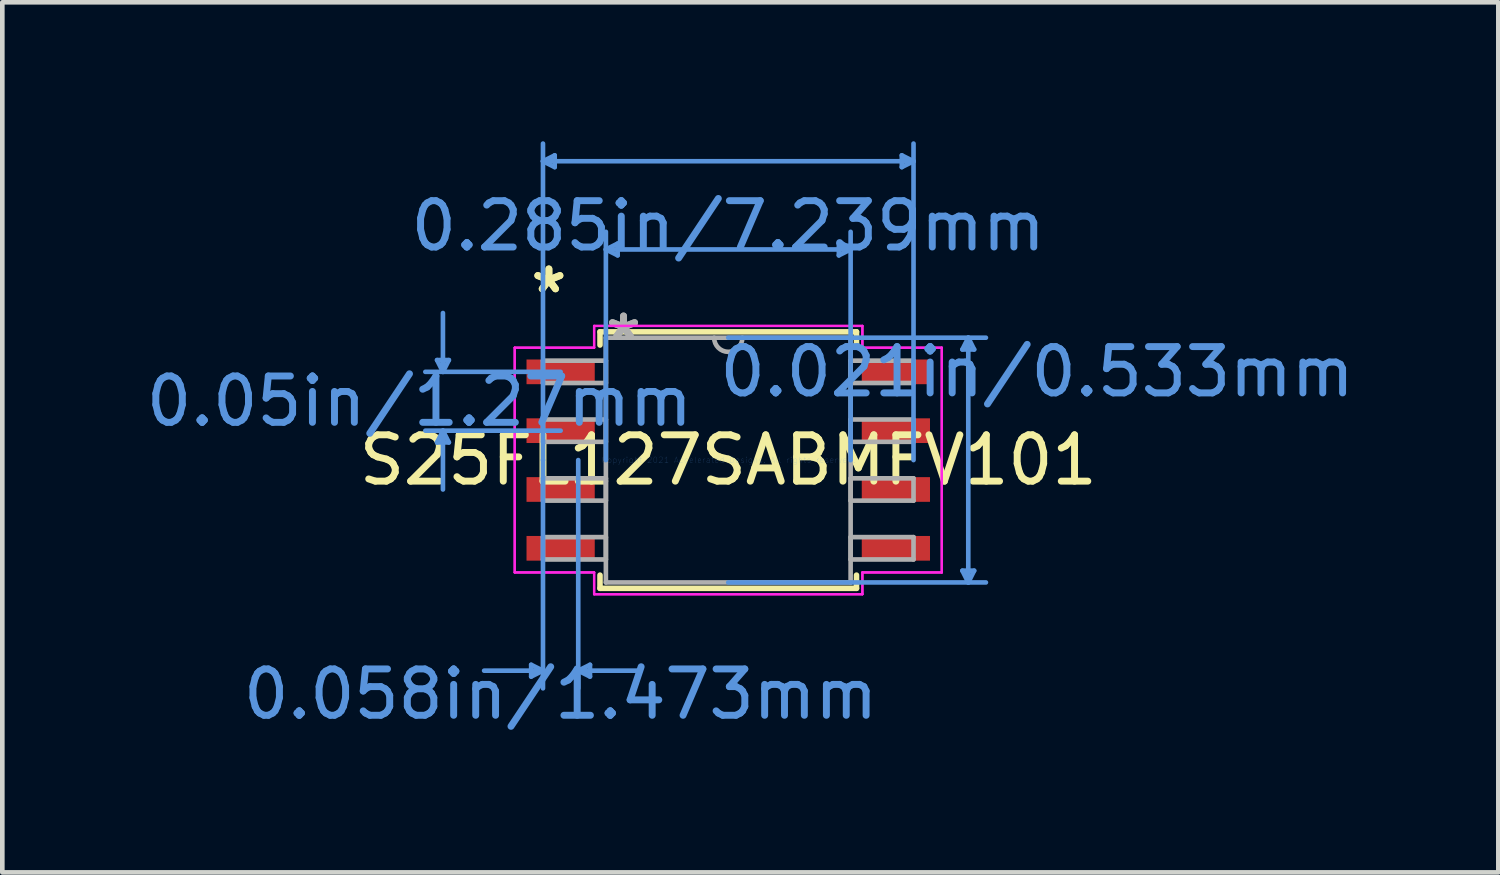
<source format=kicad_pcb>
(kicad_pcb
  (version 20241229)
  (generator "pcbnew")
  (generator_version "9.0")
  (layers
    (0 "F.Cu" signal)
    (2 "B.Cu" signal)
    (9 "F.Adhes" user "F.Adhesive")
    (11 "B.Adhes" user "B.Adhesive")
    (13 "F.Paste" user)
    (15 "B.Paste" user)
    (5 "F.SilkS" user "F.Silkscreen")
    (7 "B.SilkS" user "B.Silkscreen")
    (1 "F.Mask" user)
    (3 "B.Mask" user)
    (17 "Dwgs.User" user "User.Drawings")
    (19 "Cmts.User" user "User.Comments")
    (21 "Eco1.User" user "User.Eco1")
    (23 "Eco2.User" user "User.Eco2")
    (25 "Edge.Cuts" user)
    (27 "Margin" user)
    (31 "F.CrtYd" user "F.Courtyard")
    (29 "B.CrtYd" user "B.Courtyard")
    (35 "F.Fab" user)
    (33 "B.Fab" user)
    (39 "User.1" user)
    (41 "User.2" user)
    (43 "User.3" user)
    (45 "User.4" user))
  (footprint "S25FL127SABMFV101"
    (layer "F.Cu")
    (at 12.673 6.883)
    (property "Reference" "S25FL127SABMFV101" (at 0 0 0) (layer "F.SilkS") (effects (font (size 1 1) (thickness 0.15))))
    (attr through_hole)
    (fp_line (start -2.769 -2.769) (end -2.769 -2.484) (stroke (width 0.12) (type solid)) (layer "F.SilkS"))
    (fp_line (start -2.769 2.484) (end -2.769 2.769) (stroke (width 0.12) (type solid)) (layer "F.SilkS"))
    (fp_line (start -2.769 2.769) (end 2.769 2.769) (stroke (width 0.12) (type solid)) (layer "F.SilkS"))
    (fp_line (start 2.769 -2.769) (end -2.769 -2.769) (stroke (width 0.12) (type solid)) (layer "F.SilkS"))
    (fp_line (start 2.769 -2.484) (end 2.769 -2.769) (stroke (width 0.12) (type solid)) (layer "F.SilkS"))
    (fp_line (start 2.769 2.769) (end 2.769 2.484) (stroke (width 0.12) (type solid)) (layer "F.SilkS"))
    (fp_line (start -6.287 -2.159) (end -6.032 -2.159) (stroke (width 0.1) (type solid)) (layer "Cmts.User"))
    (fp_line (start -6.287 -0.381) (end -6.032 -0.381) (stroke (width 0.1) (type solid)) (layer "Cmts.User"))
    (fp_line (start -6.16 -1.905) (end -6.287 -2.159) (stroke (width 0.1) (type solid)) (layer "Cmts.User"))
    (fp_line (start -6.16 -1.905) (end -6.16 -3.175) (stroke (width 0.1) (type solid)) (layer "Cmts.User"))
    (fp_line (start -6.16 -1.905) (end -6.032 -2.159) (stroke (width 0.1) (type solid)) (layer "Cmts.User"))
    (fp_line (start -6.16 -0.635) (end -6.287 -0.381) (stroke (width 0.1) (type solid)) (layer "Cmts.User"))
    (fp_line (start -6.16 -0.635) (end -6.16 0.635) (stroke (width 0.1) (type solid)) (layer "Cmts.User"))
    (fp_line (start -6.16 -0.635) (end -6.032 -0.381) (stroke (width 0.1) (type solid)) (layer "Cmts.User"))
    (fp_line (start -4.255 4.42) (end -4.255 4.674) (stroke (width 0.1) (type solid)) (layer "Cmts.User"))
    (fp_line (start -4 -6.452) (end -3.747 -6.579) (stroke (width 0.1) (type solid)) (layer "Cmts.User"))
    (fp_line (start -4 -6.452) (end -3.747 -6.325) (stroke (width 0.1) (type solid)) (layer "Cmts.User"))
    (fp_line (start -4 -6.452) (end 4 -6.452) (stroke (width 0.1) (type solid)) (layer "Cmts.User"))
    (fp_line (start -4 0) (end -4 -6.833) (stroke (width 0.1) (type solid)) (layer "Cmts.User"))
    (fp_line (start -4 0) (end -4 4.928) (stroke (width 0.1) (type solid)) (layer "Cmts.User"))
    (fp_line (start -4 4.547) (end -5.271 4.547) (stroke (width 0.1) (type solid)) (layer "Cmts.User"))
    (fp_line (start -4 4.547) (end -4.255 4.42) (stroke (width 0.1) (type solid)) (layer "Cmts.User"))
    (fp_line (start -4 4.547) (end -4.255 4.674) (stroke (width 0.1) (type solid)) (layer "Cmts.User"))
    (fp_line (start -3.747 -6.579) (end -3.747 -6.325) (stroke (width 0.1) (type solid)) (layer "Cmts.User"))
    (fp_line (start -3.619 -1.905) (end -6.54 -1.905) (stroke (width 0.1) (type solid)) (layer "Cmts.User"))
    (fp_line (start -3.619 -0.635) (end -6.54 -0.635) (stroke (width 0.1) (type solid)) (layer "Cmts.User"))
    (fp_line (start -3.239 0) (end -3.239 4.928) (stroke (width 0.1) (type solid)) (layer "Cmts.User"))
    (fp_line (start -3.239 4.547) (end -2.985 4.42) (stroke (width 0.1) (type solid)) (layer "Cmts.User"))
    (fp_line (start -3.239 4.547) (end -2.985 4.674) (stroke (width 0.1) (type solid)) (layer "Cmts.User"))
    (fp_line (start -3.239 4.547) (end -1.968 4.547) (stroke (width 0.1) (type solid)) (layer "Cmts.User"))
    (fp_line (start -2.985 4.42) (end -2.985 4.674) (stroke (width 0.1) (type solid)) (layer "Cmts.User"))
    (fp_line (start -2.642 -4.547) (end -2.388 -4.674) (stroke (width 0.1) (type solid)) (layer "Cmts.User"))
    (fp_line (start -2.642 -4.547) (end -2.388 -4.42) (stroke (width 0.1) (type solid)) (layer "Cmts.User"))
    (fp_line (start -2.642 -4.547) (end 2.642 -4.547) (stroke (width 0.1) (type solid)) (layer "Cmts.User"))
    (fp_line (start -2.642 0) (end -2.642 -4.928) (stroke (width 0.1) (type solid)) (layer "Cmts.User"))
    (fp_line (start -2.388 -4.674) (end -2.388 -4.42) (stroke (width 0.1) (type solid)) (layer "Cmts.User"))
    (fp_line (start 0 -2.642) (end 5.563 -2.642) (stroke (width 0.1) (type solid)) (layer "Cmts.User"))
    (fp_line (start 0 2.642) (end 5.563 2.642) (stroke (width 0.1) (type solid)) (layer "Cmts.User"))
    (fp_line (start 2.388 -4.674) (end 2.388 -4.42) (stroke (width 0.1) (type solid)) (layer "Cmts.User"))
    (fp_line (start 2.642 -4.547) (end 2.388 -4.674) (stroke (width 0.1) (type solid)) (layer "Cmts.User"))
    (fp_line (start 2.642 -4.547) (end 2.388 -4.42) (stroke (width 0.1) (type solid)) (layer "Cmts.User"))
    (fp_line (start 2.642 0) (end 2.642 -4.928) (stroke (width 0.1) (type solid)) (layer "Cmts.User"))
    (fp_line (start 3.747 -6.579) (end 3.747 -6.325) (stroke (width 0.1) (type solid)) (layer "Cmts.User"))
    (fp_line (start 4 -6.452) (end 3.747 -6.579) (stroke (width 0.1) (type solid)) (layer "Cmts.User"))
    (fp_line (start 4 -6.452) (end 3.747 -6.325) (stroke (width 0.1) (type solid)) (layer "Cmts.User"))
    (fp_line (start 4 0) (end 4 -6.833) (stroke (width 0.1) (type solid)) (layer "Cmts.User"))
    (fp_line (start 5.055 -2.388) (end 5.309 -2.388) (stroke (width 0.1) (type solid)) (layer "Cmts.User"))
    (fp_line (start 5.055 2.388) (end 5.309 2.388) (stroke (width 0.1) (type solid)) (layer "Cmts.User"))
    (fp_line (start 5.182 -2.642) (end 5.055 -2.388) (stroke (width 0.1) (type solid)) (layer "Cmts.User"))
    (fp_line (start 5.182 -2.642) (end 5.182 2.642) (stroke (width 0.1) (type solid)) (layer "Cmts.User"))
    (fp_line (start 5.182 -2.642) (end 5.309 -2.388) (stroke (width 0.1) (type solid)) (layer "Cmts.User"))
    (fp_line (start 5.182 2.642) (end 5.055 2.388) (stroke (width 0.1) (type solid)) (layer "Cmts.User"))
    (fp_line (start 5.182 2.642) (end 5.309 2.388) (stroke (width 0.1) (type solid)) (layer "Cmts.User"))
    (fp_line (start -4.61 -2.426) (end -2.896 -2.426) (stroke (width 0.05) (type solid)) (layer "F.CrtYd"))
    (fp_line (start -4.61 -2.426) (end -2.896 -2.426) (stroke (width 0.05) (type solid)) (layer "F.CrtYd"))
    (fp_line (start -4.61 2.426) (end -4.61 -2.426) (stroke (width 0.05) (type solid)) (layer "F.CrtYd"))
    (fp_line (start -4.61 2.426) (end -4.61 -2.426) (stroke (width 0.05) (type solid)) (layer "F.CrtYd"))
    (fp_line (start -4.61 2.426) (end -2.896 2.426) (stroke (width 0.05) (type solid)) (layer "F.CrtYd"))
    (fp_line (start -2.896 -2.896) (end 2.896 -2.896) (stroke (width 0.05) (type solid)) (layer "F.CrtYd"))
    (fp_line (start -2.896 -2.896) (end 2.896 -2.896) (stroke (width 0.05) (type solid)) (layer "F.CrtYd"))
    (fp_line (start -2.896 -2.426) (end -2.896 -2.896) (stroke (width 0.05) (type solid)) (layer "F.CrtYd"))
    (fp_line (start -2.896 -2.426) (end -2.896 -2.896) (stroke (width 0.05) (type solid)) (layer "F.CrtYd"))
    (fp_line (start -2.896 2.426) (end -4.61 2.426) (stroke (width 0.05) (type solid)) (layer "F.CrtYd"))
    (fp_line (start -2.896 2.896) (end -2.896 2.426) (stroke (width 0.05) (type solid)) (layer "F.CrtYd"))
    (fp_line (start -2.896 2.896) (end -2.896 2.426) (stroke (width 0.05) (type solid)) (layer "F.CrtYd"))
    (fp_line (start 2.896 -2.896) (end 2.896 -2.426) (stroke (width 0.05) (type solid)) (layer "F.CrtYd"))
    (fp_line (start 2.896 -2.896) (end 2.896 -2.426) (stroke (width 0.05) (type solid)) (layer "F.CrtYd"))
    (fp_line (start 2.896 -2.426) (end 4.61 -2.426) (stroke (width 0.05) (type solid)) (layer "F.CrtYd"))
    (fp_line (start 2.896 2.426) (end 2.896 2.896) (stroke (width 0.05) (type solid)) (layer "F.CrtYd"))
    (fp_line (start 2.896 2.426) (end 2.896 2.896) (stroke (width 0.05) (type solid)) (layer "F.CrtYd"))
    (fp_line (start 2.896 2.896) (end -2.896 2.896) (stroke (width 0.05) (type solid)) (layer "F.CrtYd"))
    (fp_line (start 2.896 2.896) (end -2.896 2.896) (stroke (width 0.05) (type solid)) (layer "F.CrtYd"))
    (fp_line (start 4.61 -2.426) (end 2.896 -2.426) (stroke (width 0.05) (type solid)) (layer "F.CrtYd"))
    (fp_line (start 4.61 -2.426) (end 4.61 2.426) (stroke (width 0.05) (type solid)) (layer "F.CrtYd"))
    (fp_line (start 4.61 -2.426) (end 4.61 2.426) (stroke (width 0.05) (type solid)) (layer "F.CrtYd"))
    (fp_line (start 4.61 2.426) (end 2.896 2.426) (stroke (width 0.05) (type solid)) (layer "F.CrtYd"))
    (fp_line (start 4.61 2.426) (end 2.896 2.426) (stroke (width 0.05) (type solid)) (layer "F.CrtYd"))
    (fp_line (start -4 -2.146) (end -4 -1.664) (stroke (width 0.1) (type solid)) (layer "F.Fab"))
    (fp_line (start -4 -1.664) (end -2.642 -1.664) (stroke (width 0.1) (type solid)) (layer "F.Fab"))
    (fp_line (start -4 -0.876) (end -4 -0.394) (stroke (width 0.1) (type solid)) (layer "F.Fab"))
    (fp_line (start -4 -0.394) (end -2.642 -0.394) (stroke (width 0.1) (type solid)) (layer "F.Fab"))
    (fp_line (start -4 0.394) (end -4 0.876) (stroke (width 0.1) (type solid)) (layer "F.Fab"))
    (fp_line (start -4 0.876) (end -2.642 0.876) (stroke (width 0.1) (type solid)) (layer "F.Fab"))
    (fp_line (start -4 1.664) (end -4 2.146) (stroke (width 0.1) (type solid)) (layer "F.Fab"))
    (fp_line (start -4 2.146) (end -2.642 2.146) (stroke (width 0.1) (type solid)) (layer "F.Fab"))
    (fp_line (start -2.642 -2.642) (end -2.642 2.642) (stroke (width 0.1) (type solid)) (layer "F.Fab"))
    (fp_line (start -2.642 -2.146) (end -4 -2.146) (stroke (width 0.1) (type solid)) (layer "F.Fab"))
    (fp_line (start -2.642 -1.664) (end -2.642 -2.146) (stroke (width 0.1) (type solid)) (layer "F.Fab"))
    (fp_line (start -2.642 -0.876) (end -4 -0.876) (stroke (width 0.1) (type solid)) (layer "F.Fab"))
    (fp_line (start -2.642 -0.394) (end -2.642 -0.876) (stroke (width 0.1) (type solid)) (layer "F.Fab"))
    (fp_line (start -2.642 0.394) (end -4 0.394) (stroke (width 0.1) (type solid)) (layer "F.Fab"))
    (fp_line (start -2.642 0.876) (end -2.642 0.394) (stroke (width 0.1) (type solid)) (layer "F.Fab"))
    (fp_line (start -2.642 1.664) (end -4 1.664) (stroke (width 0.1) (type solid)) (layer "F.Fab"))
    (fp_line (start -2.642 2.146) (end -2.642 1.664) (stroke (width 0.1) (type solid)) (layer "F.Fab"))
    (fp_line (start -2.642 2.642) (end 2.642 2.642) (stroke (width 0.1) (type solid)) (layer "F.Fab"))
    (fp_line (start 2.642 -2.642) (end -2.642 -2.642) (stroke (width 0.1) (type solid)) (layer "F.Fab"))
    (fp_line (start 2.642 -2.146) (end 2.642 -1.664) (stroke (width 0.1) (type solid)) (layer "F.Fab"))
    (fp_line (start 2.642 -1.664) (end 4 -1.664) (stroke (width 0.1) (type solid)) (layer "F.Fab"))
    (fp_line (start 2.642 -0.876) (end 2.642 -0.394) (stroke (width 0.1) (type solid)) (layer "F.Fab"))
    (fp_line (start 2.642 -0.394) (end 4 -0.394) (stroke (width 0.1) (type solid)) (layer "F.Fab"))
    (fp_line (start 2.642 0.394) (end 2.642 0.876) (stroke (width 0.1) (type solid)) (layer "F.Fab"))
    (fp_line (start 2.642 0.876) (end 4 0.876) (stroke (width 0.1) (type solid)) (layer "F.Fab"))
    (fp_line (start 2.642 1.664) (end 2.642 2.146) (stroke (width 0.1) (type solid)) (layer "F.Fab"))
    (fp_line (start 2.642 2.146) (end 4 2.146) (stroke (width 0.1) (type solid)) (layer "F.Fab"))
    (fp_line (start 2.642 2.642) (end 2.642 -2.642) (stroke (width 0.1) (type solid)) (layer "F.Fab"))
    (fp_line (start 4 -2.146) (end 2.642 -2.146) (stroke (width 0.1) (type solid)) (layer "F.Fab"))
    (fp_line (start 4 -1.664) (end 4 -2.146) (stroke (width 0.1) (type solid)) (layer "F.Fab"))
    (fp_line (start 4 -0.876) (end 2.642 -0.876) (stroke (width 0.1) (type solid)) (layer "F.Fab"))
    (fp_line (start 4 -0.394) (end 4 -0.876) (stroke (width 0.1) (type solid)) (layer "F.Fab"))
    (fp_line (start 4 0.394) (end 2.642 0.394) (stroke (width 0.1) (type solid)) (layer "F.Fab"))
    (fp_line (start 4 0.876) (end 4 0.394) (stroke (width 0.1) (type solid)) (layer "F.Fab"))
    (fp_line (start 4 1.664) (end 2.642 1.664) (stroke (width 0.1) (type solid)) (layer "F.Fab"))
    (fp_line (start 4 2.146) (end 4 1.664) (stroke (width 0.1) (type solid)) (layer "F.Fab"))
    (fp_arc (start 0.3048 -2.6416) (mid 0 -2.3368) (end -0.3048 -2.6416) (stroke (width 0.1) (type solid)) (layer "F.Fab"))
    (fp_text user "*" (at -3.873 -3.581 0) (layer "F.SilkS") (effects (font (size 1 1) (thickness 0.15))))
    (fp_text user "*" (at -3.873 -3.581 0) (layer "F.SilkS") (effects (font (size 1 1) (thickness 0.15))))
    (fp_text user "0.285in/7.239mm" (at 0 -5.055 0) (layer "Cmts.User") (effects (font (size 1 1) (thickness 0.15))))
    (fp_text user "0.021in/0.533mm" (at 6.668 -1.905 0) (layer "Cmts.User") (effects (font (size 1 1) (thickness 0.15))))
    (fp_text user "Copyright 2021 Accelerated Designs. All rights reserved." (at 0 0 0) (layer "Cmts.User") (effects (font (size 0.127 0.127) (thickness 0.002))))
    (fp_text user "0.058in/1.473mm" (at -3.619 5.055 0) (layer "Cmts.User") (effects (font (size 1 1) (thickness 0.15))))
    (fp_text user "0.05in/1.27mm" (at -6.668 -1.27 0) (layer "Cmts.User") (effects (font (size 1 1) (thickness 0.15))))
    (fp_text user "*" (at -2.261 -2.565 0) (layer "F.Fab") (effects (font (size 1 1) (thickness 0.15))))
    (fp_text user "*" (at -2.261 -2.565 0) (layer "F.Fab") (effects (font (size 1 1) (thickness 0.15))))
    (pad "1" smd rect (at -3.619 -1.905) (size 1.473 0.533) (layers "F.Cu" "F.Mask" "F.Paste"))
    (pad "2" smd rect (at -3.619 -0.635) (size 1.473 0.533) (layers "F.Cu" "F.Mask" "F.Paste"))
    (pad "3" smd rect (at -3.619 0.635) (size 1.473 0.533) (layers "F.Cu" "F.Mask" "F.Paste"))
    (pad "4" smd rect (at -3.619 1.905) (size 1.473 0.533) (layers "F.Cu" "F.Mask" "F.Paste"))
    (pad "5" smd rect (at 3.619 1.905) (size 1.473 0.533) (layers "F.Cu" "F.Mask" "F.Paste"))
    (pad "6" smd rect (at 3.619 0.635) (size 1.473 0.533) (layers "F.Cu" "F.Mask" "F.Paste"))
    (pad "7" smd rect (at 3.619 -0.635) (size 1.473 0.533) (layers "F.Cu" "F.Mask" "F.Paste"))
    (pad "8" smd rect (at 3.619 -1.905) (size 1.473 0.533) (layers "F.Cu" "F.Mask" "F.Paste")))
  (gr_rect
    (start -3 -3)
    (end 29.299 15.785)
    (stroke (width 0.1) (type default))
    (fill no)
    (layer "Edge.Cuts")))
</source>
